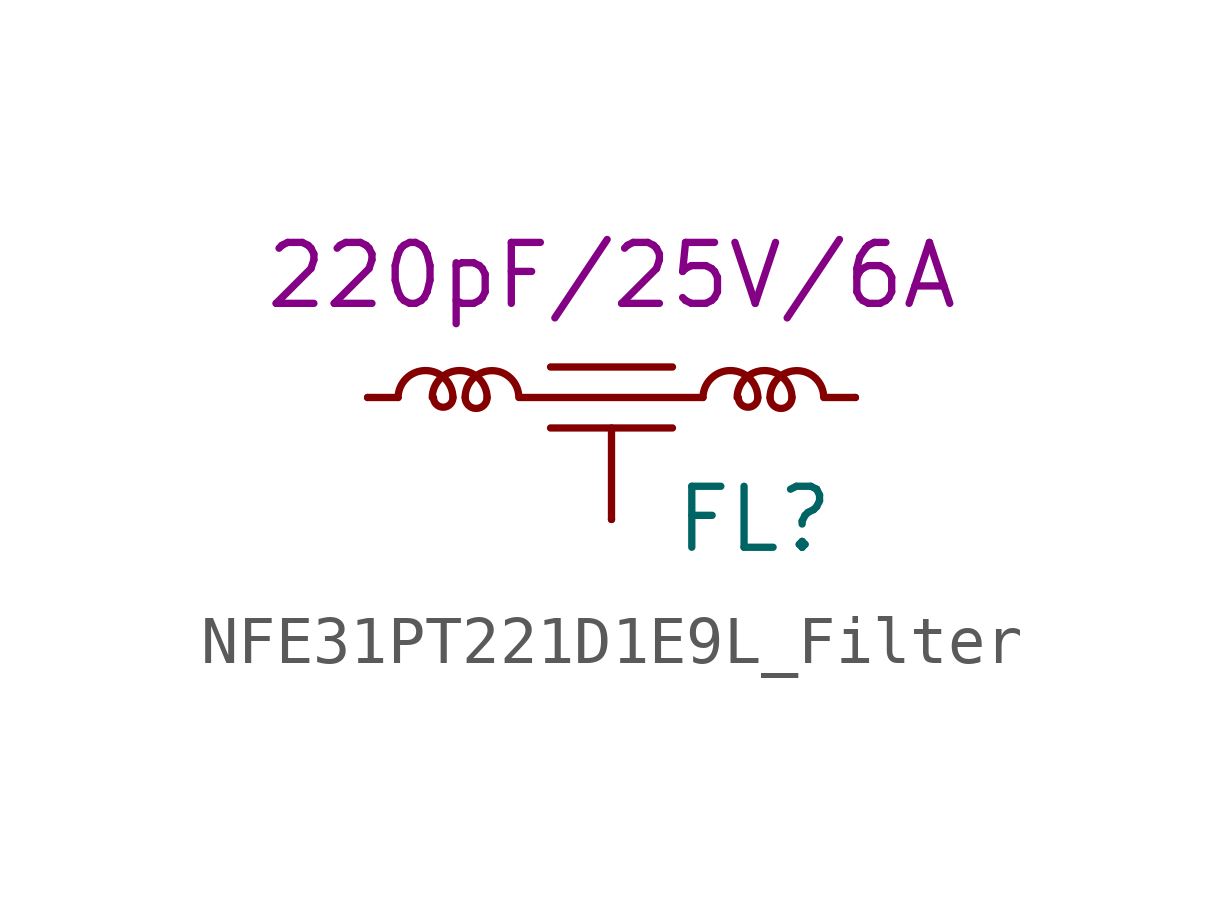
<source format=kicad_sym>
(kicad_symbol_lib
  (version 20211014)
  (generator kicad_symbol_editor)
  (symbol "NFE31PT221D1E9L_Filter"
    (pin_numbers hide)
    (pin_names
      (offset 1.016) hide)
    (property "Reference" "FL"
      (at 1.27 -2.54 0)
      (effects (font (size 1.27 1.27)) (justify left)))
    (property "Params" "220pF/25V/6A"
      (at 0 2.54 0)
      (effects (font (size 1.27 1.27))))
    (symbol "NFE31PT221D1E9L_Filter_0_1"
      (arc (start -3.7084 0) (mid -3.5052 -0.2032) (end -3.302 0) (stroke (width 0) (type default) (color 0 0 0 0)) (fill (type none)))
      (arc (start -3.302 0) (mid -3.8608 0.5588) (end -4.445 0) (stroke (width 0) (type default) (color 0 0 0 0)) (fill (type none)))
      (arc (start -3.048 0) (mid -2.8194 -0.2286) (end -2.5908 0) (stroke (width 0) (type default) (color 0 0 0 0)) (fill (type none)))
      (arc (start -2.5908 0) (mid -3.1496 0.5588) (end -3.7338 0) (stroke (width 0) (type default) (color 0 0 0 0)) (fill (type none)))
      (arc (start -1.9304 0) (mid -2.4892 0.5588) (end -3.048 0) (stroke (width 0) (type default) (color 0 0 0 0)) (fill (type none)))
      (polyline (pts (xy -5.08 0) (xy -4.445 0)) (stroke (width 0) (type default) (color 0 0 0 0)) (fill (type none)))
      (polyline (pts (xy -1.905 0) (xy 1.905 0)) (stroke (width 0) (type default) (color 0 0 0 0)) (fill (type none)))
      (polyline (pts (xy -1.27 -0.635) (xy 1.27 -0.635)) (stroke (width 0) (type default) (color 0 0 0 0)) (fill (type none)))
      (polyline (pts (xy -1.27 0.635) (xy 1.27 0.635)) (stroke (width 0) (type default) (color 0 0 0 0)) (fill (type none)))
      (polyline (pts (xy 0 -2.54) (xy 0 -0.635)) (stroke (width 0) (type default) (color 0 0 0 0)) (fill (type none)))
      (polyline (pts (xy 4.445 0) (xy 5.08 0)) (stroke (width 0) (type default) (color 0 0 0 0)) (fill (type none)))
      (arc (start 2.6416 0) (mid 2.8448 -0.2032) (end 3.048 0) (stroke (width 0) (type default) (color 0 0 0 0)) (fill (type none)))
      (arc (start 3.048 0) (mid 2.4892 0.5588) (end 1.905 0) (stroke (width 0) (type default) (color 0 0 0 0)) (fill (type none)))
      (arc (start 3.302 0) (mid 3.5306 -0.2286) (end 3.7592 0) (stroke (width 0) (type default) (color 0 0 0 0)) (fill (type none)))
      (arc (start 3.7592 0) (mid 3.2004 0.5588) (end 2.6162 0) (stroke (width 0) (type default) (color 0 0 0 0)) (fill (type none)))
      (arc (start 4.4196 0) (mid 3.8608 0.5588) (end 3.302 0) (stroke (width 0) (type default) (color 0 0 0 0)) (fill (type none))))
    (symbol "NFE31PT221D1E9L_Filter_1_1"
      (pin passive line (at -5.08 0 0) (length 0) (name "~" (effects (font (size 1.27 1.27)))) (number "1" (effects (font (size 1.27 1.27)))))
      (pin passive line (at 0 -2.54 90) (length 0) (name "~" (effects (font (size 1.27 1.27)))) (number "2" (effects (font (size 1.27 1.27)))))
      (pin passive line (at 5.08 0 180) (length 0) (name "~" (effects (font (size 1.27 1.27)))) (number "3" (effects (font (size 1.27 1.27))))))))
</source>
